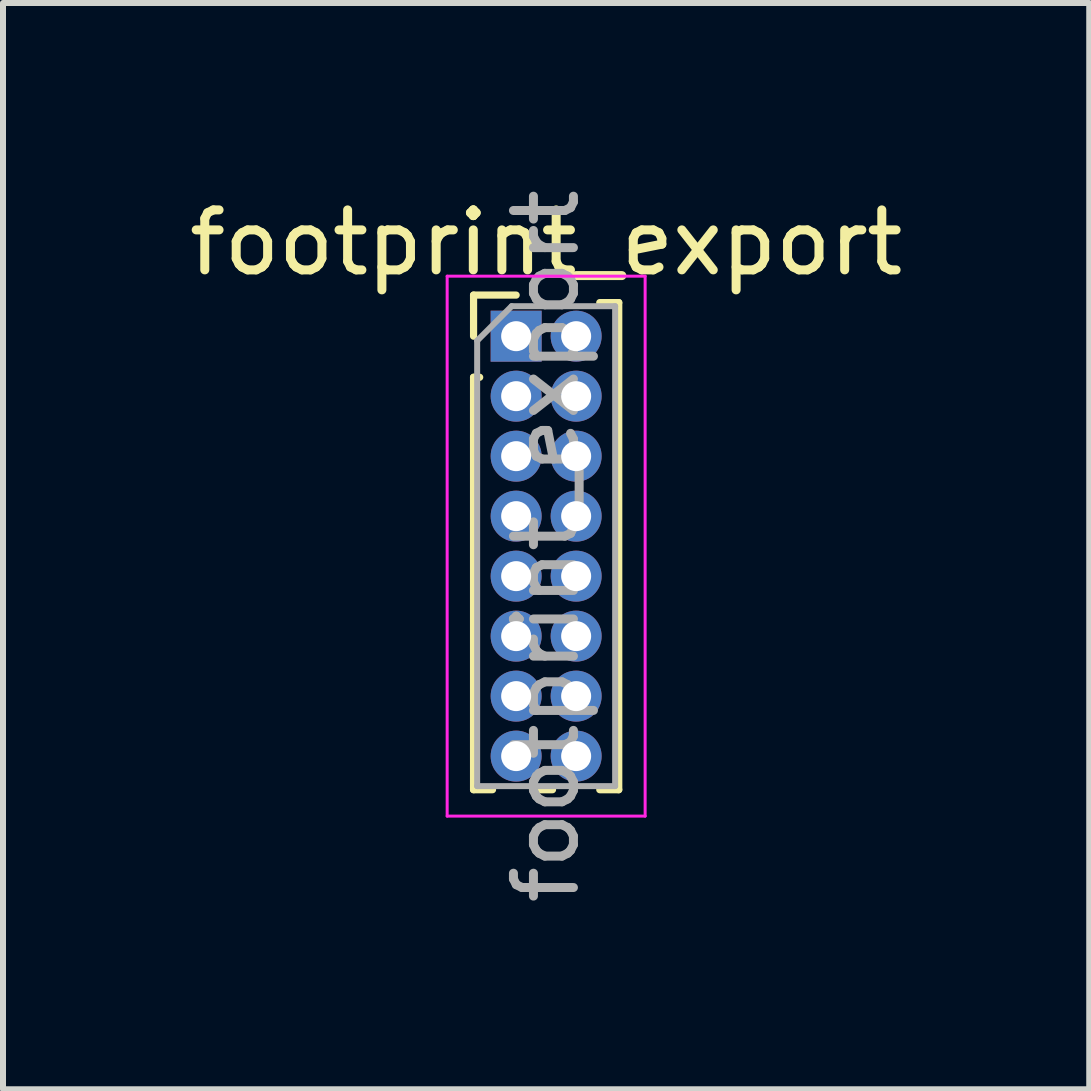
<source format=kicad_pcb>
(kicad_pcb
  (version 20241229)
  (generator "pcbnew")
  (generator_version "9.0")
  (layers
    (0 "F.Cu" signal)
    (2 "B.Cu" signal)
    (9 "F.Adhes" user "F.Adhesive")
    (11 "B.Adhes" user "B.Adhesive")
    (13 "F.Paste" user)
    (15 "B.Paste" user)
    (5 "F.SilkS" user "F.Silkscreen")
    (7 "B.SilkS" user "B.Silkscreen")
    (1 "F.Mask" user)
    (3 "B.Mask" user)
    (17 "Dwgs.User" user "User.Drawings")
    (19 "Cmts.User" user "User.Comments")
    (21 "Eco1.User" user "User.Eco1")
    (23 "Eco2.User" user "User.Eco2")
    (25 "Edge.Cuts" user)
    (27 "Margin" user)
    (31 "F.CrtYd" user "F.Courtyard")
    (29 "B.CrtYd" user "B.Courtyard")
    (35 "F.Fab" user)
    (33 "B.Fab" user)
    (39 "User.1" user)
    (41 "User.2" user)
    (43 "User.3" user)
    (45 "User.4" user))
  (footprint "footprint_export"
    (layer "F.Cu")
    (at 5.554 2.554)
    (property "Reference" "footprint_export" (at 0.5 -1.56 0) (layer "F.SilkS") (effects (font (size 1 1) (thickness 0.15))))
    (attr through_hole)
    (fp_line (start -0.71 -0.685) (end 0 -0.685) (stroke (width 0.12) (type solid)) (layer "F.SilkS"))
    (fp_line (start -0.71 0) (end -0.71 -0.685) (stroke (width 0.12) (type solid)) (layer "F.SilkS"))
    (fp_line (start -0.71 0.685) (end -0.71 7.56) (stroke (width 0.12) (type solid)) (layer "F.SilkS"))
    (fp_line (start -0.71 0.685) (end -0.608 0.685) (stroke (width 0.12) (type solid)) (layer "F.SilkS"))
    (fp_line (start -0.71 7.56) (end -0.394 7.56) (stroke (width 0.12) (type solid)) (layer "F.SilkS"))
    (fp_line (start 0.394 7.56) (end 0.606 7.56) (stroke (width 0.12) (type solid)) (layer "F.SilkS"))
    (fp_line (start 1.394 -0.56) (end 1.71 -0.56) (stroke (width 0.12) (type solid)) (layer "F.SilkS"))
    (fp_line (start 1.394 7.56) (end 1.71 7.56) (stroke (width 0.12) (type solid)) (layer "F.SilkS"))
    (fp_line (start 1.71 -0.56) (end 1.71 7.56) (stroke (width 0.12) (type solid)) (layer "F.SilkS"))
    (fp_line (start -1.15 -1) (end -1.15 8) (stroke (width 0.05) (type solid)) (layer "F.CrtYd"))
    (fp_line (start -1.15 8) (end 2.15 8) (stroke (width 0.05) (type solid)) (layer "F.CrtYd"))
    (fp_line (start 2.15 -1) (end -1.15 -1) (stroke (width 0.05) (type solid)) (layer "F.CrtYd"))
    (fp_line (start 2.15 8) (end 2.15 -1) (stroke (width 0.05) (type solid)) (layer "F.CrtYd"))
    (fp_line (start -0.65 0.075) (end -0.075 -0.5) (stroke (width 0.1) (type solid)) (layer "F.Fab"))
    (fp_line (start -0.65 7.5) (end -0.65 0.075) (stroke (width 0.1) (type solid)) (layer "F.Fab"))
    (fp_line (start -0.075 -0.5) (end 1.65 -0.5) (stroke (width 0.1) (type solid)) (layer "F.Fab"))
    (fp_line (start 1.65 -0.5) (end 1.65 7.5) (stroke (width 0.1) (type solid)) (layer "F.Fab"))
    (fp_line (start 1.65 7.5) (end -0.65 7.5) (stroke (width 0.1) (type solid)) (layer "F.Fab"))
    (fp_text user "${REFERENCE}" (at 0.5 3.5 90) (layer "F.Fab") (effects (font (size 1 1) (thickness 0.15))))
    (pad "1" thru_hole rect (at 0 0) (size 0.85 0.85) (drill 0.5) (layers "*.Cu" "*.Mask"))
    (pad "2" thru_hole oval (at 1 0) (size 0.85 0.85) (drill 0.5) (layers "*.Cu" "*.Mask"))
    (pad "3" thru_hole oval (at 0 1) (size 0.85 0.85) (drill 0.5) (layers "*.Cu" "*.Mask"))
    (pad "4" thru_hole oval (at 1 1) (size 0.85 0.85) (drill 0.5) (layers "*.Cu" "*.Mask"))
    (pad "5" thru_hole oval (at 0 2) (size 0.85 0.85) (drill 0.5) (layers "*.Cu" "*.Mask"))
    (pad "6" thru_hole oval (at 1 2) (size 0.85 0.85) (drill 0.5) (layers "*.Cu" "*.Mask"))
    (pad "7" thru_hole oval (at 0 3) (size 0.85 0.85) (drill 0.5) (layers "*.Cu" "*.Mask"))
    (pad "8" thru_hole oval (at 1 3) (size 0.85 0.85) (drill 0.5) (layers "*.Cu" "*.Mask"))
    (pad "9" thru_hole oval (at 0 4) (size 0.85 0.85) (drill 0.5) (layers "*.Cu" "*.Mask"))
    (pad "10" thru_hole oval (at 1 4) (size 0.85 0.85) (drill 0.5) (layers "*.Cu" "*.Mask"))
    (pad "11" thru_hole oval (at 0 5) (size 0.85 0.85) (drill 0.5) (layers "*.Cu" "*.Mask"))
    (pad "12" thru_hole oval (at 1 5) (size 0.85 0.85) (drill 0.5) (layers "*.Cu" "*.Mask"))
    (pad "13" thru_hole oval (at 0 6) (size 0.85 0.85) (drill 0.5) (layers "*.Cu" "*.Mask"))
    (pad "14" thru_hole oval (at 1 6) (size 0.85 0.85) (drill 0.5) (layers "*.Cu" "*.Mask"))
    (pad "15" thru_hole oval (at 0 7) (size 0.85 0.85) (drill 0.5) (layers "*.Cu" "*.Mask"))
    (pad "16" thru_hole oval (at 1 7) (size 0.85 0.85) (drill 0.5) (layers "*.Cu" "*.Mask")))
  (gr_rect
    (start -3 -3)
    (end 15.107 15.107)
    (stroke (width 0.1) (type default))
    (fill no)
    (layer "Edge.Cuts")))
</source>
